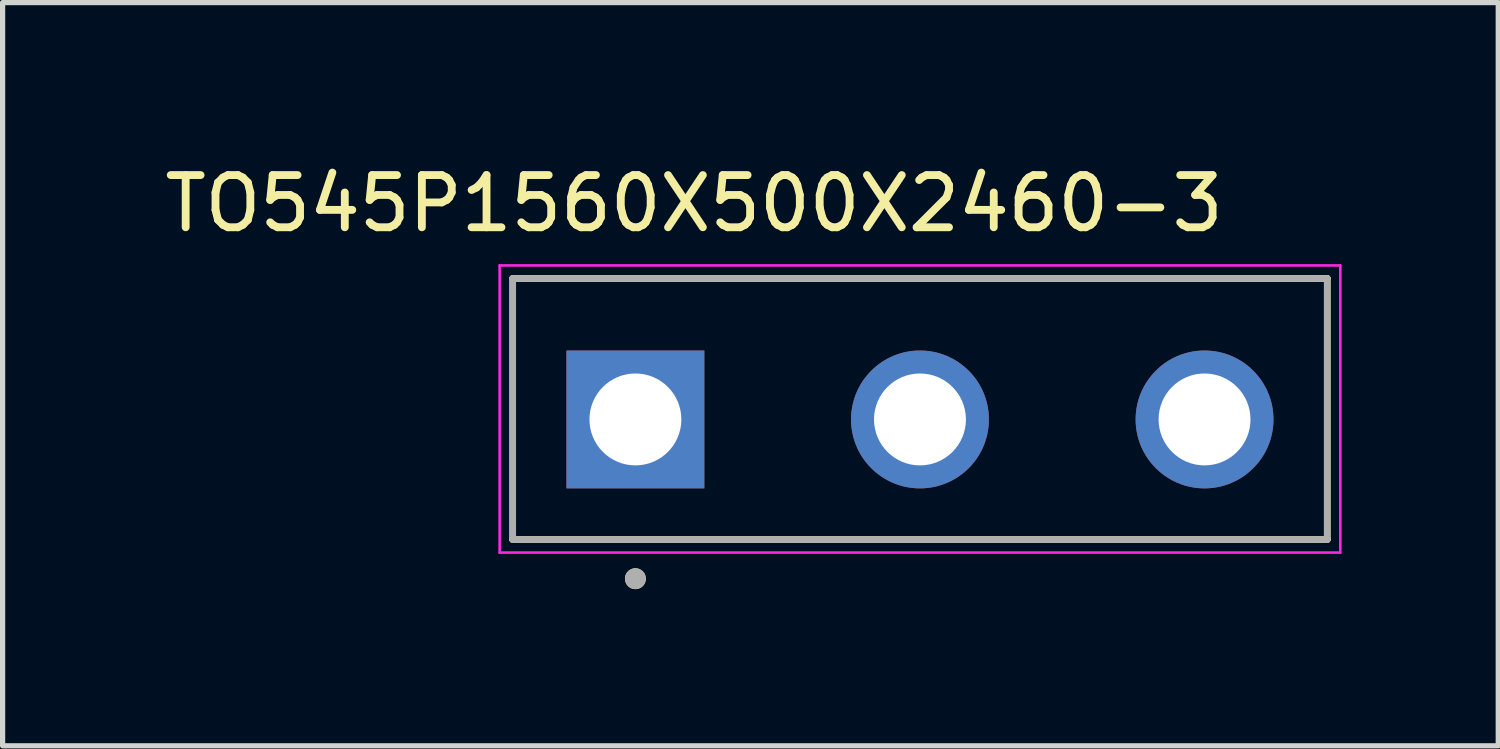
<source format=kicad_pcb>
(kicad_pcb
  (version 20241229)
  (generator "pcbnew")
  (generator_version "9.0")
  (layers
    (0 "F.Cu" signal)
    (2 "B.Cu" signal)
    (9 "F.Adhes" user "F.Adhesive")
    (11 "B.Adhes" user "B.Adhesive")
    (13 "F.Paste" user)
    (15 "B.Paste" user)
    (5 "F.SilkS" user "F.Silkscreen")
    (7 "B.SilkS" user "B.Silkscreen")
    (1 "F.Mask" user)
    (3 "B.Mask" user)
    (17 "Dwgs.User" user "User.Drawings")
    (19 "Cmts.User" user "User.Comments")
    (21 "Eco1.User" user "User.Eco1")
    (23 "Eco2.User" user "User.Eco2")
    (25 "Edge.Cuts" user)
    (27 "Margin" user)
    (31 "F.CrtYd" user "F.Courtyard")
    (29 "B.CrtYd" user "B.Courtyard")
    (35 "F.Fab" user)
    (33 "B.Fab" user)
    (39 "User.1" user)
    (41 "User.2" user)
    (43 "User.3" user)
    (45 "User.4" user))
  (footprint "TO545P1560X500X2460-3"
    (layer "F.Cu")
    (at 14.569 4.983)
    (property "Reference" "TO545P1560X500X2460-3" (at -4.325 -4.135 0) (layer "F.SilkS") (effects (font (size 1 1) (thickness 0.15))))
    (attr through_hole)
    (fp_line (start -7.8 -2.7) (end 7.8 -2.7) (stroke (width 0.127) (type solid)) (layer "F.SilkS"))
    (fp_line (start -7.8 2.3) (end -7.8 -2.7) (stroke (width 0.127) (type solid)) (layer "F.SilkS"))
    (fp_line (start 7.8 -2.7) (end 7.8 2.3) (stroke (width 0.127) (type solid)) (layer "F.SilkS"))
    (fp_line (start 7.8 2.3) (end -7.8 2.3) (stroke (width 0.127) (type solid)) (layer "F.SilkS"))
    (fp_circle (center -5.45 3.05) (end -5.35 3.05) (stroke (width 0.2) (type solid)) (fill no) (layer "F.SilkS"))
    (fp_line (start -8.05 -2.95) (end 8.05 -2.95) (stroke (width 0.05) (type solid)) (layer "F.CrtYd"))
    (fp_line (start -8.05 2.55) (end -8.05 -2.95) (stroke (width 0.05) (type solid)) (layer "F.CrtYd"))
    (fp_line (start 8.05 -2.95) (end 8.05 2.55) (stroke (width 0.05) (type solid)) (layer "F.CrtYd"))
    (fp_line (start 8.05 2.55) (end -8.05 2.55) (stroke (width 0.05) (type solid)) (layer "F.CrtYd"))
    (fp_line (start -7.8 -2.7) (end 7.8 -2.7) (stroke (width 0.127) (type solid)) (layer "F.Fab"))
    (fp_line (start -7.8 2.3) (end -7.8 -2.7) (stroke (width 0.127) (type solid)) (layer "F.Fab"))
    (fp_line (start 7.8 -2.7) (end 7.8 2.3) (stroke (width 0.127) (type solid)) (layer "F.Fab"))
    (fp_line (start 7.8 2.3) (end -7.8 2.3) (stroke (width 0.127) (type solid)) (layer "F.Fab"))
    (fp_circle (center -5.45 3.05) (end -5.35 3.05) (stroke (width 0.2) (type solid)) (fill no) (layer "F.Fab"))
    (pad "1" thru_hole rect (at -5.45 0) (size 2.64 2.64) (drill 1.76) (layers "*.Cu" "*.Mask"))
    (pad "2" thru_hole circle (at 0 0) (size 2.64 2.64) (drill 1.76) (layers "*.Cu" "*.Mask"))
    (pad "3" thru_hole circle (at 5.45 0) (size 2.64 2.64) (drill 1.76) (layers "*.Cu" "*.Mask")))
  (gr_rect
    (start -3 -3)
    (end 25.644 11.233)
    (stroke (width 0.1) (type default))
    (fill no)
    (layer "Edge.Cuts")))
</source>
